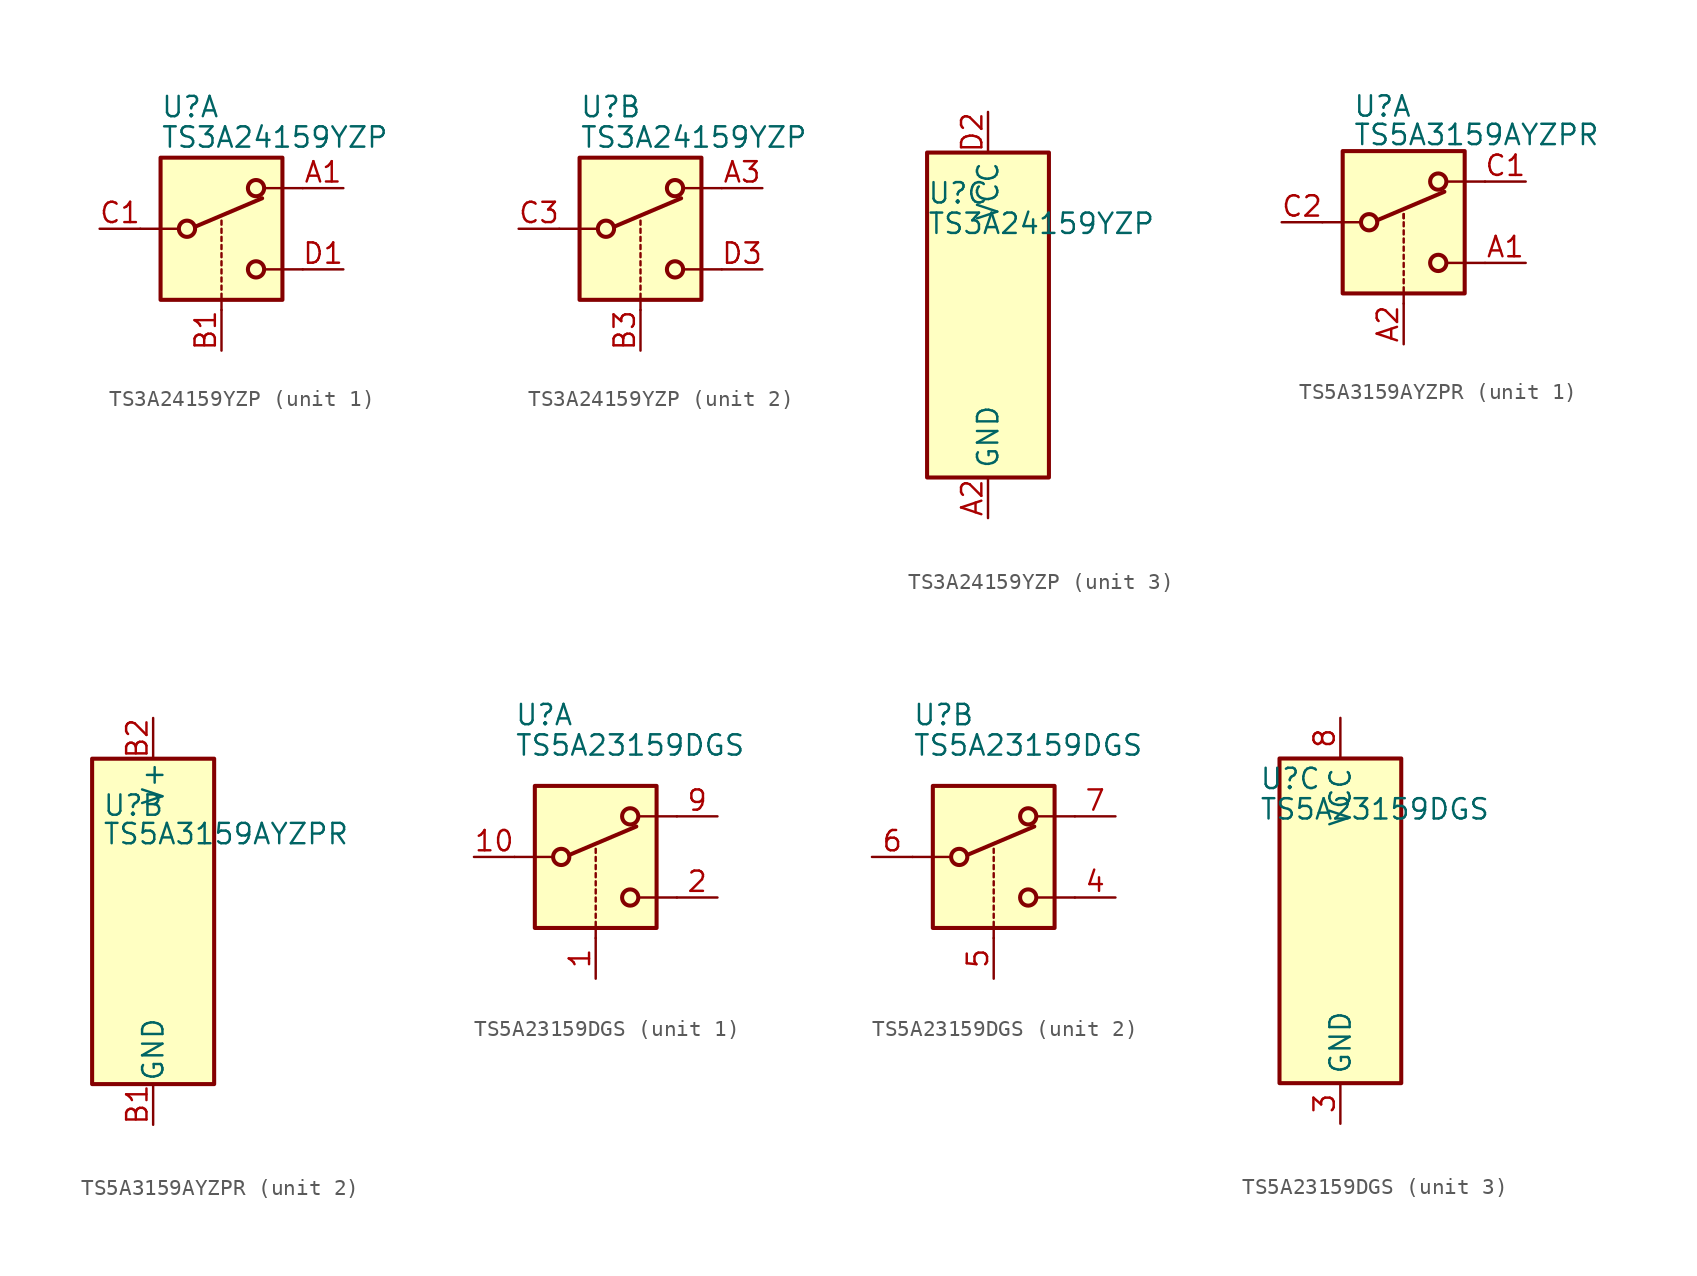
<source format=kicad_sym>
(kicad_symbol_lib
  (version 20231120)
  (generator "kicad_symbol_editor")
  (generator_version "8.0")
  (symbol "TS3A24159YZP"
    (property "Reference" "U"
      (at -3.81 7.62 0)
      (effects (font (size 1.27 1.27)) (justify left)))
    (property "Value" "TS3A24159YZP"
      (at -3.81 5.715 0)
      (effects (font (size 1.27 1.27)) (justify left)))
    (property "ki_locked" ""
      (at 0 0 0)
      (effects (font (size 1.27 1.27))))
    (symbol "TS3A24159YZP_1_1"
      (rectangle (start -3.81 4.445) (end 3.81 -4.445) (stroke (width 0.254) (type default)) (fill (type background)))
      (circle (center -2.159 0) (radius 0.508) (stroke (width 0.254) (type default)) (fill (type none)))
      (polyline (pts (xy -5.08 0) (xy -2.794 0)) (stroke (width 0) (type default)) (fill (type none)))
      (polyline (pts (xy -1.651 0.127) (xy 2.54 1.905)) (stroke (width 0.254) (type default)) (fill (type none)))
      (polyline (pts (xy 0 -5.08) (xy 0 -4.572)) (stroke (width 0) (type default)) (fill (type none)))
      (polyline (pts (xy 0 -4.318) (xy 0 -4.064)) (stroke (width 0) (type default)) (fill (type none)))
      (polyline (pts (xy 0 -3.81) (xy 0 -3.556)) (stroke (width 0) (type default)) (fill (type none)))
      (polyline (pts (xy 0 -3.302) (xy 0 -3.048)) (stroke (width 0) (type default)) (fill (type none)))
      (polyline (pts (xy 0 -2.794) (xy 0 -2.54)) (stroke (width 0) (type default)) (fill (type none)))
      (polyline (pts (xy 0 -2.286) (xy 0 -2.032)) (stroke (width 0) (type default)) (fill (type none)))
      (polyline (pts (xy 0 -1.778) (xy 0 -1.524)) (stroke (width 0) (type default)) (fill (type none)))
      (polyline (pts (xy 0 -1.27) (xy 0 -1.016)) (stroke (width 0) (type default)) (fill (type none)))
      (polyline (pts (xy 0 -0.762) (xy 0 -0.508)) (stroke (width 0) (type default)) (fill (type none)))
      (polyline (pts (xy 0 -0.254) (xy 0 0)) (stroke (width 0) (type default)) (fill (type none)))
      (polyline (pts (xy 0 0.254) (xy 0 0.508)) (stroke (width 0) (type default)) (fill (type none)))
      (polyline (pts (xy 5.08 -2.54) (xy 2.794 -2.54)) (stroke (width 0) (type default)) (fill (type none)))
      (polyline (pts (xy 5.08 2.54) (xy 2.794 2.54)) (stroke (width 0) (type default)) (fill (type none)))
      (circle (center 2.159 -2.54) (radius 0.508) (stroke (width 0.254) (type default)) (fill (type none)))
      (circle (center 2.159 2.54) (radius 0.508) (stroke (width 0.254) (type default)) (fill (type none)))
      (pin passive line (at 7.62 2.54 180) (length 2.54) (name "~" (effects (font (size 1.27 1.27)))) (number "A1" (effects (font (size 1.27 1.27)))))
      (pin input line (at 0 -7.62 90) (length 2.54) (name "~" (effects (font (size 1.27 1.27)))) (number "B1" (effects (font (size 1.27 1.27)))))
      (pin passive line (at -7.62 0 0) (length 2.54) (name "~" (effects (font (size 1.27 1.27)))) (number "C1" (effects (font (size 1.27 1.27)))))
      (pin passive line (at 7.62 -2.54 180) (length 2.54) (name "~" (effects (font (size 1.27 1.27)))) (number "D1" (effects (font (size 1.27 1.27))))))
    (symbol "TS3A24159YZP_2_1"
      (rectangle (start -3.81 4.445) (end 3.81 -4.445) (stroke (width 0.254) (type default)) (fill (type background)))
      (circle (center -2.159 0) (radius 0.508) (stroke (width 0.254) (type default)) (fill (type none)))
      (polyline (pts (xy -5.08 0) (xy -2.794 0)) (stroke (width 0) (type default)) (fill (type none)))
      (polyline (pts (xy -1.651 0.127) (xy 2.54 1.905)) (stroke (width 0.254) (type default)) (fill (type none)))
      (polyline (pts (xy 0 -5.08) (xy 0 -4.572)) (stroke (width 0) (type default)) (fill (type none)))
      (polyline (pts (xy 0 -4.318) (xy 0 -4.064)) (stroke (width 0) (type default)) (fill (type none)))
      (polyline (pts (xy 0 -3.81) (xy 0 -3.556)) (stroke (width 0) (type default)) (fill (type none)))
      (polyline (pts (xy 0 -3.302) (xy 0 -3.048)) (stroke (width 0) (type default)) (fill (type none)))
      (polyline (pts (xy 0 -2.794) (xy 0 -2.54)) (stroke (width 0) (type default)) (fill (type none)))
      (polyline (pts (xy 0 -2.286) (xy 0 -2.032)) (stroke (width 0) (type default)) (fill (type none)))
      (polyline (pts (xy 0 -1.778) (xy 0 -1.524)) (stroke (width 0) (type default)) (fill (type none)))
      (polyline (pts (xy 0 -1.27) (xy 0 -1.016)) (stroke (width 0) (type default)) (fill (type none)))
      (polyline (pts (xy 0 -0.762) (xy 0 -0.508)) (stroke (width 0) (type default)) (fill (type none)))
      (polyline (pts (xy 0 -0.254) (xy 0 0)) (stroke (width 0) (type default)) (fill (type none)))
      (polyline (pts (xy 0 0.254) (xy 0 0.508)) (stroke (width 0) (type default)) (fill (type none)))
      (polyline (pts (xy 5.08 -2.54) (xy 2.794 -2.54)) (stroke (width 0) (type default)) (fill (type none)))
      (polyline (pts (xy 5.08 2.54) (xy 2.794 2.54)) (stroke (width 0) (type default)) (fill (type none)))
      (circle (center 2.159 -2.54) (radius 0.508) (stroke (width 0.254) (type default)) (fill (type none)))
      (circle (center 2.159 2.54) (radius 0.508) (stroke (width 0.254) (type default)) (fill (type none)))
      (pin passive line (at 7.62 2.54 180) (length 2.54) (name "~" (effects (font (size 1.27 1.27)))) (number "A3" (effects (font (size 1.27 1.27)))))
      (pin input line (at 0 -7.62 90) (length 2.54) (name "~" (effects (font (size 1.27 1.27)))) (number "B3" (effects (font (size 1.27 1.27)))))
      (pin passive line (at -7.62 0 0) (length 2.54) (name "~" (effects (font (size 1.27 1.27)))) (number "C3" (effects (font (size 1.27 1.27)))))
      (pin passive line (at 7.62 -2.54 180) (length 2.54) (name "~" (effects (font (size 1.27 1.27)))) (number "D3" (effects (font (size 1.27 1.27))))))
    (symbol "TS3A24159YZP_3_1"
      (rectangle (start -3.81 10.16) (end 3.81 -10.16) (stroke (width 0.254) (type default)) (fill (type background)))
      (pin power_in line (at 0 -12.7 90) (length 2.54) (name "GND" (effects (font (size 1.27 1.27)))) (number "A2" (effects (font (size 1.27 1.27)))))
      (pin power_in line (at 0 12.7 270) (length 2.54) (name "VCC" (effects (font (size 1.27 1.27)))) (number "D2" (effects (font (size 1.27 1.27)))))))
  (symbol "TS5A3159AYZPR"
    (pin_names
      (offset 0.127))
    (property "Reference" "U"
      (at -3.175 7.239 0)
      (effects (font (size 1.27 1.27)) (justify left)))
    (property "Value" "TS5A3159AYZPR"
      (at -3.175 5.461 0)
      (effects (font (size 1.27 1.27)) (justify left)))
    (symbol "TS5A3159AYZPR_1_1"
      (rectangle (start -3.81 4.445) (end 3.81 -4.445) (stroke (width 0.254) (type default)) (fill (type background)))
      (circle (center -2.159 0) (radius 0.508) (stroke (width 0.254) (type default)) (fill (type none)))
      (polyline (pts (xy -5.08 0) (xy -2.794 0)) (stroke (width 0) (type default)) (fill (type none)))
      (polyline (pts (xy -1.651 0.127) (xy 2.54 1.905)) (stroke (width 0.254) (type default)) (fill (type none)))
      (polyline (pts (xy 0 -5.08) (xy 0 -4.572)) (stroke (width 0) (type default)) (fill (type none)))
      (polyline (pts (xy 0 -4.318) (xy 0 -4.064)) (stroke (width 0) (type default)) (fill (type none)))
      (polyline (pts (xy 0 -3.81) (xy 0 -3.556)) (stroke (width 0) (type default)) (fill (type none)))
      (polyline (pts (xy 0 -3.302) (xy 0 -3.048)) (stroke (width 0) (type default)) (fill (type none)))
      (polyline (pts (xy 0 -2.794) (xy 0 -2.54)) (stroke (width 0) (type default)) (fill (type none)))
      (polyline (pts (xy 0 -2.286) (xy 0 -2.032)) (stroke (width 0) (type default)) (fill (type none)))
      (polyline (pts (xy 0 -1.778) (xy 0 -1.524)) (stroke (width 0) (type default)) (fill (type none)))
      (polyline (pts (xy 0 -1.27) (xy 0 -1.016)) (stroke (width 0) (type default)) (fill (type none)))
      (polyline (pts (xy 0 -0.762) (xy 0 -0.508)) (stroke (width 0) (type default)) (fill (type none)))
      (polyline (pts (xy 0 -0.254) (xy 0 0)) (stroke (width 0) (type default)) (fill (type none)))
      (polyline (pts (xy 0 0.254) (xy 0 0.508)) (stroke (width 0) (type default)) (fill (type none)))
      (polyline (pts (xy 0 0.254) (xy 0 0.508)) (stroke (width 0) (type default)) (fill (type none)))
      (polyline (pts (xy 5.08 -2.54) (xy 2.794 -2.54)) (stroke (width 0) (type default)) (fill (type none)))
      (polyline (pts (xy 5.08 2.54) (xy 2.794 2.54)) (stroke (width 0) (type default)) (fill (type none)))
      (circle (center 2.159 -2.54) (radius 0.508) (stroke (width 0.254) (type default)) (fill (type none)))
      (circle (center 2.159 2.54) (radius 0.508) (stroke (width 0.254) (type default)) (fill (type none)))
      (pin passive line (at 7.62 -2.54 180) (length 2.54) (name "~" (effects (font (size 1.27 1.27)))) (number "A1" (effects (font (size 1.27 1.27)))))
      (pin input line (at 0 -7.62 90) (length 2.54) (name "~" (effects (font (size 1.27 1.27)))) (number "A2" (effects (font (size 1.27 1.27)))))
      (pin passive line (at 7.62 2.54 180) (length 2.54) (name "~" (effects (font (size 1.27 1.27)))) (number "C1" (effects (font (size 1.27 1.27)))))
      (pin passive line (at -7.62 0 0) (length 2.54) (name "~" (effects (font (size 1.27 1.27)))) (number "C2" (effects (font (size 1.27 1.27))))))
    (symbol "TS5A3159AYZPR_2_0"
      (pin power_in line (at 0 -12.7 90) (length 2.54) (name "GND" (effects (font (size 1.27 1.27)))) (number "B1" (effects (font (size 1.27 1.27)))))
      (pin power_in line (at 0 12.7 270) (length 2.54) (name "V+" (effects (font (size 1.27 1.27)))) (number "B2" (effects (font (size 1.27 1.27))))))
    (symbol "TS5A3159AYZPR_2_1"
      (rectangle (start -3.81 10.16) (end 3.81 -10.16) (stroke (width 0.254) (type default)) (fill (type background)))))
  (symbol "TS5A23159DGS"
    (property "Reference" "U"
      (at -5.08 8.89 0)
      (effects (font (size 1.27 1.27)) (justify left)))
    (property "Value" "TS5A23159DGS"
      (at -5.08 6.985 0)
      (effects (font (size 1.27 1.27)) (justify left)))
    (property "ki_locked" ""
      (at 0 0 0)
      (effects (font (size 1.27 1.27))))
    (symbol "TS5A23159DGS_1_1"
      (rectangle (start -3.81 4.445) (end 3.81 -4.445) (stroke (width 0.254) (type default)) (fill (type background)))
      (circle (center -2.159 0) (radius 0.508) (stroke (width 0.254) (type default)) (fill (type none)))
      (polyline (pts (xy -5.08 0) (xy -2.794 0)) (stroke (width 0) (type default)) (fill (type none)))
      (polyline (pts (xy -1.651 0.127) (xy 2.54 1.905)) (stroke (width 0.254) (type default)) (fill (type none)))
      (polyline (pts (xy 0 -5.08) (xy 0 -4.572)) (stroke (width 0) (type default)) (fill (type none)))
      (polyline (pts (xy 0 -4.318) (xy 0 -4.064)) (stroke (width 0) (type default)) (fill (type none)))
      (polyline (pts (xy 0 -3.81) (xy 0 -3.556)) (stroke (width 0) (type default)) (fill (type none)))
      (polyline (pts (xy 0 -3.302) (xy 0 -3.048)) (stroke (width 0) (type default)) (fill (type none)))
      (polyline (pts (xy 0 -2.794) (xy 0 -2.54)) (stroke (width 0) (type default)) (fill (type none)))
      (polyline (pts (xy 0 -2.286) (xy 0 -2.032)) (stroke (width 0) (type default)) (fill (type none)))
      (polyline (pts (xy 0 -1.778) (xy 0 -1.524)) (stroke (width 0) (type default)) (fill (type none)))
      (polyline (pts (xy 0 -1.27) (xy 0 -1.016)) (stroke (width 0) (type default)) (fill (type none)))
      (polyline (pts (xy 0 -0.762) (xy 0 -0.508)) (stroke (width 0) (type default)) (fill (type none)))
      (polyline (pts (xy 0 -0.254) (xy 0 0)) (stroke (width 0) (type default)) (fill (type none)))
      (polyline (pts (xy 0 0.254) (xy 0 0.508)) (stroke (width 0) (type default)) (fill (type none)))
      (polyline (pts (xy 5.08 -2.54) (xy 2.794 -2.54)) (stroke (width 0) (type default)) (fill (type none)))
      (polyline (pts (xy 5.08 2.54) (xy 2.794 2.54)) (stroke (width 0) (type default)) (fill (type none)))
      (circle (center 2.159 -2.54) (radius 0.508) (stroke (width 0.254) (type default)) (fill (type none)))
      (circle (center 2.159 2.54) (radius 0.508) (stroke (width 0.254) (type default)) (fill (type none)))
      (pin input line (at 0 -7.62 90) (length 2.54) (name "~" (effects (font (size 1.27 1.27)))) (number "1" (effects (font (size 1.27 1.27)))))
      (pin passive line (at -7.62 0 0) (length 2.54) (name "~" (effects (font (size 1.27 1.27)))) (number "10" (effects (font (size 1.27 1.27)))))
      (pin passive line (at 7.62 -2.54 180) (length 2.54) (name "~" (effects (font (size 1.27 1.27)))) (number "2" (effects (font (size 1.27 1.27)))))
      (pin passive line (at 7.62 2.54 180) (length 2.54) (name "~" (effects (font (size 1.27 1.27)))) (number "9" (effects (font (size 1.27 1.27))))))
    (symbol "TS5A23159DGS_2_1"
      (rectangle (start -3.81 4.445) (end 3.81 -4.445) (stroke (width 0.254) (type default)) (fill (type background)))
      (circle (center -2.159 0) (radius 0.508) (stroke (width 0.254) (type default)) (fill (type none)))
      (polyline (pts (xy -5.08 0) (xy -2.794 0)) (stroke (width 0) (type default)) (fill (type none)))
      (polyline (pts (xy -1.651 0.127) (xy 2.54 1.905)) (stroke (width 0.254) (type default)) (fill (type none)))
      (polyline (pts (xy 0 -5.08) (xy 0 -4.572)) (stroke (width 0) (type default)) (fill (type none)))
      (polyline (pts (xy 0 -4.318) (xy 0 -4.064)) (stroke (width 0) (type default)) (fill (type none)))
      (polyline (pts (xy 0 -3.81) (xy 0 -3.556)) (stroke (width 0) (type default)) (fill (type none)))
      (polyline (pts (xy 0 -3.302) (xy 0 -3.048)) (stroke (width 0) (type default)) (fill (type none)))
      (polyline (pts (xy 0 -2.794) (xy 0 -2.54)) (stroke (width 0) (type default)) (fill (type none)))
      (polyline (pts (xy 0 -2.286) (xy 0 -2.032)) (stroke (width 0) (type default)) (fill (type none)))
      (polyline (pts (xy 0 -1.778) (xy 0 -1.524)) (stroke (width 0) (type default)) (fill (type none)))
      (polyline (pts (xy 0 -1.27) (xy 0 -1.016)) (stroke (width 0) (type default)) (fill (type none)))
      (polyline (pts (xy 0 -0.762) (xy 0 -0.508)) (stroke (width 0) (type default)) (fill (type none)))
      (polyline (pts (xy 0 -0.254) (xy 0 0)) (stroke (width 0) (type default)) (fill (type none)))
      (polyline (pts (xy 0 0.254) (xy 0 0.508)) (stroke (width 0) (type default)) (fill (type none)))
      (polyline (pts (xy 5.08 -2.54) (xy 2.794 -2.54)) (stroke (width 0) (type default)) (fill (type none)))
      (polyline (pts (xy 5.08 2.54) (xy 2.794 2.54)) (stroke (width 0) (type default)) (fill (type none)))
      (circle (center 2.159 -2.54) (radius 0.508) (stroke (width 0.254) (type default)) (fill (type none)))
      (circle (center 2.159 2.54) (radius 0.508) (stroke (width 0.254) (type default)) (fill (type none)))
      (pin passive line (at 7.62 -2.54 180) (length 2.54) (name "~" (effects (font (size 1.27 1.27)))) (number "4" (effects (font (size 1.27 1.27)))))
      (pin input line (at 0 -7.62 90) (length 2.54) (name "~" (effects (font (size 1.27 1.27)))) (number "5" (effects (font (size 1.27 1.27)))))
      (pin passive line (at -7.62 0 0) (length 2.54) (name "~" (effects (font (size 1.27 1.27)))) (number "6" (effects (font (size 1.27 1.27)))))
      (pin passive line (at 7.62 2.54 180) (length 2.54) (name "~" (effects (font (size 1.27 1.27)))) (number "7" (effects (font (size 1.27 1.27))))))
    (symbol "TS5A23159DGS_3_1"
      (rectangle (start -3.81 10.16) (end 3.81 -10.16) (stroke (width 0.254) (type default)) (fill (type background)))
      (pin power_in line (at 0 -12.7 90) (length 2.54) (name "GND" (effects (font (size 1.27 1.27)))) (number "3" (effects (font (size 1.27 1.27)))))
      (pin power_in line (at 0 12.7 270) (length 2.54) (name "VCC" (effects (font (size 1.27 1.27)))) (number "8" (effects (font (size 1.27 1.27))))))))
</source>
